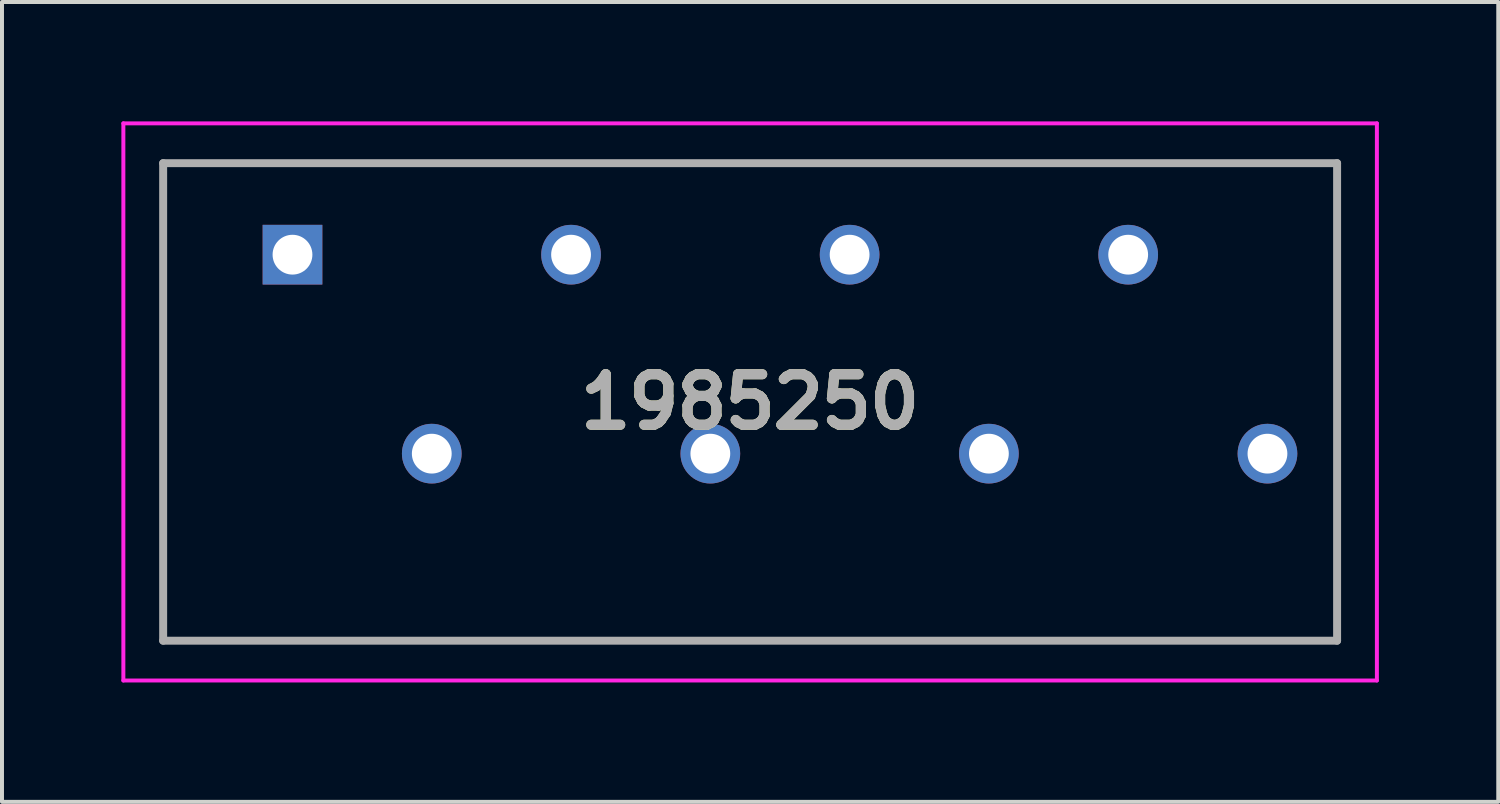
<source format=kicad_pcb>
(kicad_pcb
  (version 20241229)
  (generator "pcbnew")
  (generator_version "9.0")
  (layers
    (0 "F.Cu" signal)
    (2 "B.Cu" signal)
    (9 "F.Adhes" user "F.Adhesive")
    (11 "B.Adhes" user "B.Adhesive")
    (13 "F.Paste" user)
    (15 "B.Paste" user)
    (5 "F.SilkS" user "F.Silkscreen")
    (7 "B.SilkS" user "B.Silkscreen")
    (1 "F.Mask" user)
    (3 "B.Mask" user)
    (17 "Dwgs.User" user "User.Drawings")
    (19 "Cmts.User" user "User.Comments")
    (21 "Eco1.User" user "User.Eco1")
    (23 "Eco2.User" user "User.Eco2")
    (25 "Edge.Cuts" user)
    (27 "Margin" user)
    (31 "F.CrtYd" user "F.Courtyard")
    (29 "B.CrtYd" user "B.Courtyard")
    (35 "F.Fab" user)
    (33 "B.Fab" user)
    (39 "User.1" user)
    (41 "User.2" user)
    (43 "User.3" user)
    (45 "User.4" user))
  (footprint "1985250"
    (layer "F.Cu")
    (at 4.3 3.35)
    (property "Reference" "1985250" (at 11.5 3.7 0) (layer "F.SilkS") (effects (font (size 1.27 1.27) (thickness 0.254))))
    (attr through_hole)
    (fp_line (start -3.25 -2.3) (end 26.25 -2.3) (stroke (width 0.1) (type solid)) (layer "F.SilkS"))
    (fp_line (start -3.25 9.7) (end -3.25 -2.3) (stroke (width 0.1) (type solid)) (layer "F.SilkS"))
    (fp_line (start 26.25 -2.3) (end 26.25 9.7) (stroke (width 0.1) (type solid)) (layer "F.SilkS"))
    (fp_line (start 26.25 9.7) (end -3.25 9.7) (stroke (width 0.1) (type solid)) (layer "F.SilkS"))
    (fp_line (start -4.25 -3.3) (end 27.25 -3.3) (stroke (width 0.1) (type solid)) (layer "F.CrtYd"))
    (fp_line (start -4.25 10.7) (end -4.25 -3.3) (stroke (width 0.1) (type solid)) (layer "F.CrtYd"))
    (fp_line (start 27.25 -3.3) (end 27.25 10.7) (stroke (width 0.1) (type solid)) (layer "F.CrtYd"))
    (fp_line (start 27.25 10.7) (end -4.25 10.7) (stroke (width 0.1) (type solid)) (layer "F.CrtYd"))
    (fp_line (start -3.25 -2.3) (end 26.25 -2.3) (stroke (width 0.2) (type solid)) (layer "F.Fab"))
    (fp_line (start -3.25 9.7) (end -3.25 -2.3) (stroke (width 0.2) (type solid)) (layer "F.Fab"))
    (fp_line (start 26.25 -2.3) (end 26.25 9.7) (stroke (width 0.2) (type solid)) (layer "F.Fab"))
    (fp_line (start 26.25 9.7) (end -3.25 9.7) (stroke (width 0.2) (type solid)) (layer "F.Fab"))
    (fp_text user "${REFERENCE}" (at 11.5 3.7 0) (layer "F.Fab") (effects (font (size 1.27 1.27) (thickness 0.254))))
    (pad "1" thru_hole rect (at 0 0) (size 1.5 1.5) (drill 1) (layers "*.Cu" "*.Mask"))
    (pad "2" thru_hole circle (at 3.5 5) (size 1.5 1.5) (drill 1) (layers "*.Cu" "*.Mask"))
    (pad "3" thru_hole circle (at 7 0) (size 1.5 1.5) (drill 1) (layers "*.Cu" "*.Mask"))
    (pad "4" thru_hole circle (at 10.5 5) (size 1.5 1.5) (drill 1) (layers "*.Cu" "*.Mask"))
    (pad "5" thru_hole circle (at 14 0) (size 1.5 1.5) (drill 1) (layers "*.Cu" "*.Mask"))
    (pad "6" thru_hole circle (at 17.5 5) (size 1.5 1.5) (drill 1) (layers "*.Cu" "*.Mask"))
    (pad "7" thru_hole circle (at 21 0) (size 1.5 1.5) (drill 1) (layers "*.Cu" "*.Mask"))
    (pad "8" thru_hole circle (at 24.5 5) (size 1.5 1.5) (drill 1) (layers "*.Cu" "*.Mask")))
  (gr_rect
    (start -3 -3)
    (end 34.6 17.1)
    (stroke (width 0.1) (type default))
    (fill no)
    (layer "Edge.Cuts")))
</source>
